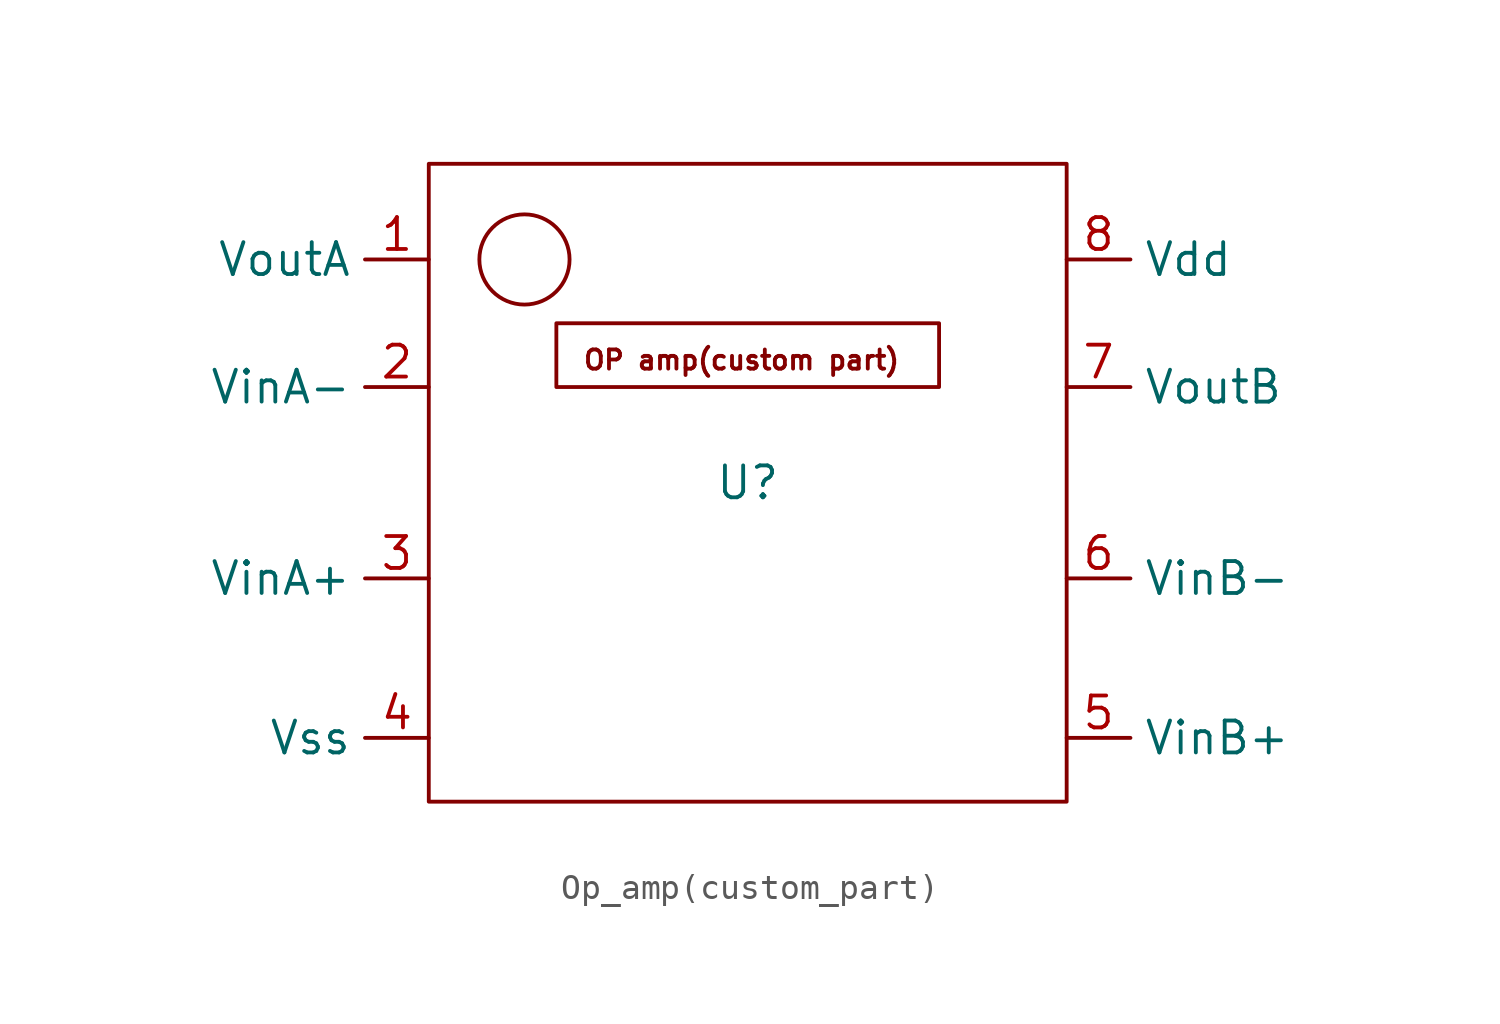
<source format=kicad_sym>
(kicad_symbol_lib
  (version 20241209)
  (generator "kicad_symbol_editor")
  (generator_version "9.0")
  (symbol "Op_amp(custom_part)"
    (property "Reference" "U"
      (at 0 0 0)
      (effects (font (size 1.27 1.27))))
    (property "Value" ""
      (at 0 0 0)
      (effects (font (size 1.27 1.27))))
    (symbol "Op_amp(custom_part)_0_1"
      (rectangle (start -12.7 12.7) (end 12.7 -12.7) (stroke (width 0) (type default)) (fill (type none)))
      (circle (center -8.89 8.89) (radius 1.796) (stroke (width 0) (type default)) (fill (type none))))
    (symbol "Op_amp(custom_part)_1_1"
      (text_box "OP amp(custom part)" (at -7.62 6.35 0) (size 15.24 -2.54) (margins 1.016 1.016 1.016 1.016) (stroke (width 0) (type solid)) (fill (type none)) (effects (font (size 0.762 0.762)) (justify left top)))
      (pin output line (at -12.7 8.89 180) (length 2.54) (name "VoutA" (effects (font (size 1.27 1.27)))) (number "1" (effects (font (size 1.27 1.27)))))
      (pin input line (at -12.7 3.81 180) (length 2.54) (name "VinA-" (effects (font (size 1.27 1.27)))) (number "2" (effects (font (size 1.27 1.27)))))
      (pin input line (at -12.7 -3.81 180) (length 2.54) (name "VinA+" (effects (font (size 1.27 1.27)))) (number "3" (effects (font (size 1.27 1.27)))))
      (pin input line (at -12.7 -10.16 180) (length 2.54) (name "Vss" (effects (font (size 1.27 1.27)))) (number "4" (effects (font (size 1.27 1.27)))))
      (pin input line (at 12.7 8.89 0) (length 2.54) (name "Vdd" (effects (font (size 1.27 1.27)))) (number "8" (effects (font (size 1.27 1.27)))))
      (pin output line (at 12.7 3.81 0) (length 2.54) (name "VoutB" (effects (font (size 1.27 1.27)))) (number "7" (effects (font (size 1.27 1.27)))))
      (pin input line (at 12.7 -3.81 0) (length 2.54) (name "VinB-" (effects (font (size 1.27 1.27)))) (number "6" (effects (font (size 1.27 1.27)))))
      (pin input line (at 12.7 -10.16 0) (length 2.54) (name "VinB+" (effects (font (size 1.27 1.27)))) (number "5" (effects (font (size 1.27 1.27))))))))
</source>
